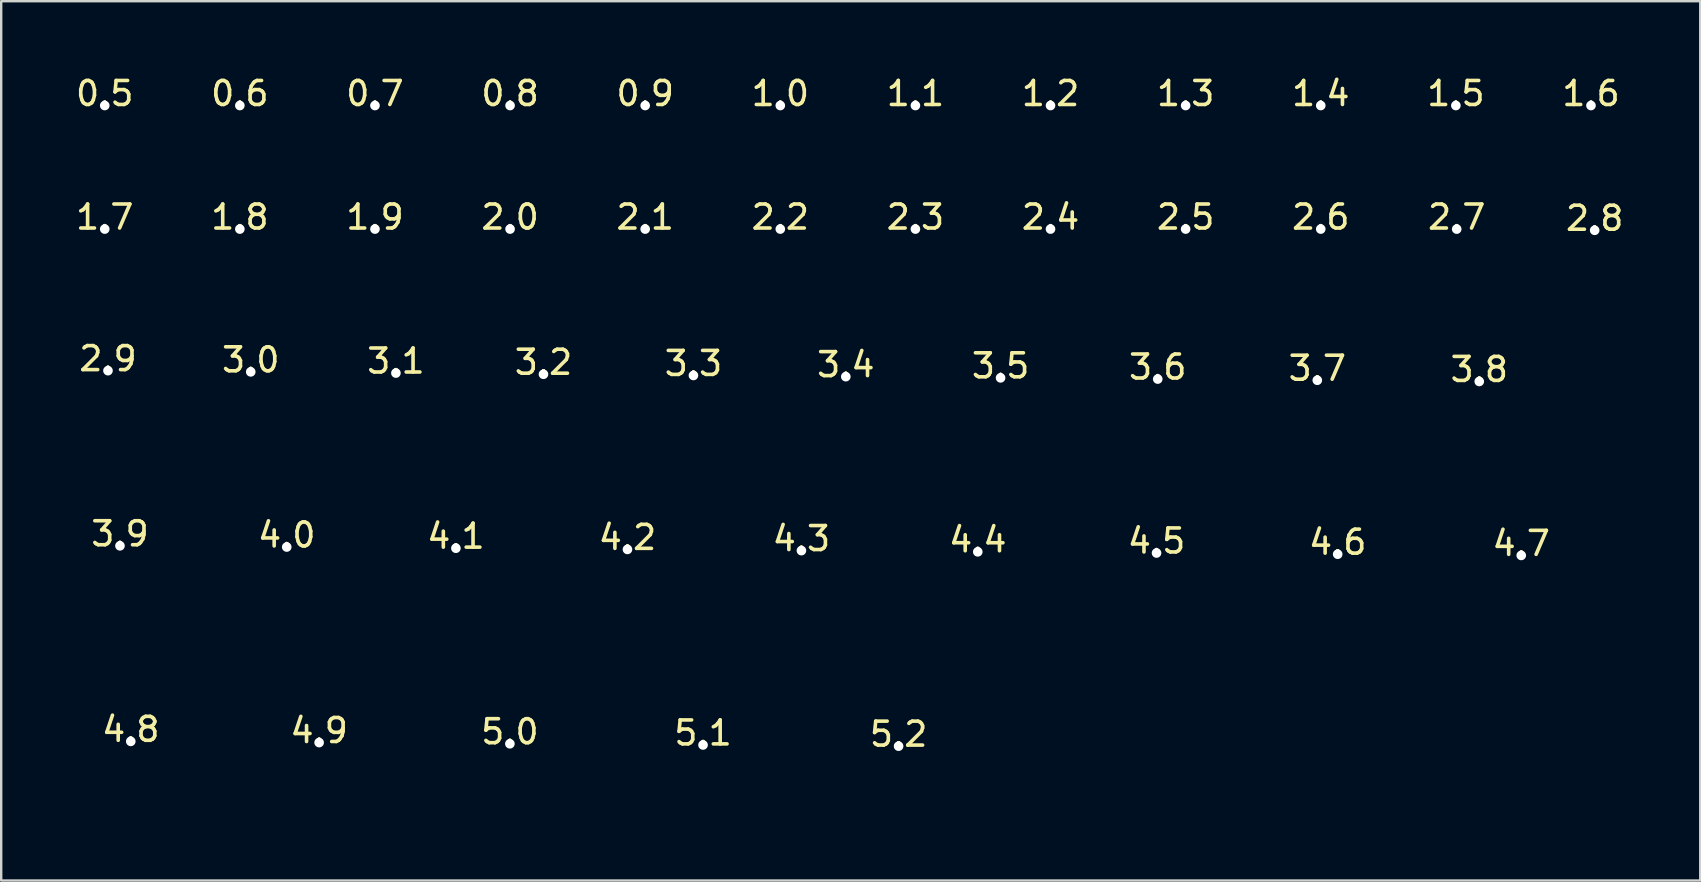
<source format=kicad_pcb>
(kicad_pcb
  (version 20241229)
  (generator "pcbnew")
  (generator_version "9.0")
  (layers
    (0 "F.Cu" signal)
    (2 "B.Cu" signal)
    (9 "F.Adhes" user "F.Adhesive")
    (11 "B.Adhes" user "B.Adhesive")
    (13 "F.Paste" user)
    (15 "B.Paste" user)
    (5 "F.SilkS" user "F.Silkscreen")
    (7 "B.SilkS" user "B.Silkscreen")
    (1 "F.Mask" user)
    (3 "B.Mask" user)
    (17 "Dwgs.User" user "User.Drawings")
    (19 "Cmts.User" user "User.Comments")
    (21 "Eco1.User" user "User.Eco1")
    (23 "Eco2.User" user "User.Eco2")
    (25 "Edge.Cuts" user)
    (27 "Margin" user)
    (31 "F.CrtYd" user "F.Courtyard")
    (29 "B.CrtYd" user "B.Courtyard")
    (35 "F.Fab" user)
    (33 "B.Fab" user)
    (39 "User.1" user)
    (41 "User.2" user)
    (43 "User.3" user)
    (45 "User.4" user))
  (footprint "1.5"
    (layer "F.Cu")
    (at 57.625 1.348)
    (property "Reference" "1.5" (at 0 -0.5 0) (unlocked yes) (layer "F.SilkS") (effects (font (size 1 1) (thickness 0.15))))
    (pad "" np_thru_hole circle (at 0 0) (size 0.4 0.4) (drill 1.5) (layers "*.Cu")))
  (footprint "2.7"
    (layer "F.Cu")
    (at 57.66 6.498)
    (property "Reference" "2.7" (at 0 -0.5 0) (unlocked yes) (layer "F.SilkS") (effects (font (size 1 1) (thickness 0.15))))
    (pad "" np_thru_hole circle (at 0 0) (size 0.4 0.4) (drill 2.7) (layers "*.Cu")))
  (footprint "4.9"
    (layer "F.Cu")
    (at 10.25 27.898)
    (property "Reference" "4.9" (at 0 -0.5 0) (unlocked yes) (layer "F.SilkS") (effects (font (size 1 1) (thickness 0.15))))
    (pad "" np_thru_hole circle (at 0 0) (size 0.4 0.4) (drill 4.9) (layers "*.Cu")))
  (footprint "1.8"
    (layer "F.Cu")
    (at 6.946 6.497)
    (property "Reference" "1.8" (at 0 -0.5 0) (unlocked yes) (layer "F.SilkS") (effects (font (size 1 1) (thickness 0.15))))
    (pad "" np_thru_hole circle (at 0 0) (size 0.4 0.4) (drill 1.8) (layers "*.Cu")))
  (footprint "3.4"
    (layer "F.Cu")
    (at 32.2 12.648)
    (property "Reference" "3.4" (at 0 -0.5 0) (unlocked yes) (layer "F.SilkS") (effects (font (size 1 1) (thickness 0.15))))
    (pad "" np_thru_hole circle (at 0 0) (size 0.4 0.4) (drill 3.4) (layers "*.Cu")))
  (footprint "2.0"
    (layer "F.Cu")
    (at 18.208 6.497)
    (property "Reference" "2.0" (at 0 -0.5 0) (unlocked yes) (layer "F.SilkS") (effects (font (size 1 1) (thickness 0.15))))
    (pad "" np_thru_hole circle (at 0 0) (size 0.4 0.4) (drill 2) (layers "*.Cu")))
  (footprint "2.8"
    (layer "F.Cu")
    (at 63.41 6.548)
    (property "Reference" "2.8" (at 0 -0.5 0) (unlocked yes) (layer "F.SilkS") (effects (font (size 1 1) (thickness 0.15))))
    (pad "" np_thru_hole circle (at 0 0) (size 0.4 0.4) (drill 2.8) (layers "*.Cu")))
  (footprint "4.1"
    (layer "F.Cu")
    (at 15.95 19.798)
    (property "Reference" "4.1" (at 0 -0.5 0) (unlocked yes) (layer "F.SilkS") (effects (font (size 1 1) (thickness 0.15))))
    (pad "" np_thru_hole circle (at 0 0) (size 0.4 0.4) (drill 4.1) (layers "*.Cu")))
  (footprint "5.2"
    (layer "F.Cu")
    (at 34.4 28.048)
    (property "Reference" "5.2" (at 0 -0.5 0) (unlocked yes) (layer "F.SilkS") (effects (font (size 1 1) (thickness 0.15))))
    (pad "" np_thru_hole circle (at 0 0) (size 0.4 0.4) (drill 5.2) (layers "*.Cu")))
  (footprint "0.9"
    (layer "F.Cu")
    (at 23.839 1.348)
    (property "Reference" "0.9" (at 0 -0.5 0) (unlocked yes) (layer "F.SilkS") (effects (font (size 1 1) (thickness 0.15))))
    (pad "" np_thru_hole circle (at 0 0) (size 0.4 0.4) (drill 0.9) (layers "*.Cu")))
  (footprint "5.1"
    (layer "F.Cu")
    (at 26.25 27.998)
    (property "Reference" "5.1" (at 0 -0.5 0) (unlocked yes) (layer "F.SilkS") (effects (font (size 1 1) (thickness 0.15))))
    (pad "" np_thru_hole circle (at 0 0) (size 0.4 0.4) (drill 5.1) (layers "*.Cu")))
  (footprint "4.6"
    (layer "F.Cu")
    (at 52.7 20.048)
    (property "Reference" "4.6" (at 0 -0.5 0) (unlocked yes) (layer "F.SilkS") (effects (font (size 1 1) (thickness 0.15))))
    (pad "" np_thru_hole circle (at 0 0) (size 0.4 0.4) (drill 4.6) (layers "*.Cu")))
  (footprint "1.6"
    (layer "F.Cu")
    (at 63.256 1.348)
    (property "Reference" "1.6" (at 0 -0.5 0) (unlocked yes) (layer "F.SilkS") (effects (font (size 1 1) (thickness 0.15))))
    (pad "" np_thru_hole circle (at 0 0) (size 0.4 0.4) (drill 1.6) (layers "*.Cu")))
  (footprint "3.5"
    (layer "F.Cu")
    (at 38.65 12.698)
    (property "Reference" "3.5" (at 0 -0.5 0) (unlocked yes) (layer "F.SilkS") (effects (font (size 1 1) (thickness 0.15))))
    (pad "" np_thru_hole circle (at 0 0) (size 0.4 0.4) (drill 3.5) (layers "*.Cu")))
  (footprint "1.7"
    (layer "F.Cu")
    (at 1.315 6.497)
    (property "Reference" "1.7" (at 0 -0.5 0) (unlocked yes) (layer "F.SilkS") (effects (font (size 1 1) (thickness 0.15))))
    (pad "" np_thru_hole circle (at 0 0) (size 0.4 0.4) (drill 1.7) (layers "*.Cu")))
  (footprint "1.0"
    (layer "F.Cu")
    (at 29.47 1.348)
    (property "Reference" "1.0" (at 0 -0.5 0) (unlocked yes) (layer "F.SilkS") (effects (font (size 1 1) (thickness 0.15))))
    (pad "" np_thru_hole circle (at 0 0) (size 0.4 0.4) (drill 1) (layers "*.Cu")))
  (footprint "1.4"
    (layer "F.Cu")
    (at 51.994 1.348)
    (property "Reference" "1.4" (at 0 -0.5 0) (unlocked yes) (layer "F.SilkS") (effects (font (size 1 1) (thickness 0.15))))
    (pad "" np_thru_hole circle (at 0 0) (size 0.4 0.4) (drill 1.4) (layers "*.Cu")))
  (footprint "0.7"
    (layer "F.Cu")
    (at 12.577 1.348)
    (property "Reference" "0.7" (at 0 -0.5 0) (unlocked yes) (layer "F.SilkS") (effects (font (size 1 1) (thickness 0.15))))
    (pad "" np_thru_hole circle (at 0 0) (size 0.4 0.4) (drill 0.7) (layers "*.Cu")))
  (footprint "2.5"
    (layer "F.Cu")
    (at 46.363 6.497)
    (property "Reference" "2.5" (at 0 -0.5 0) (unlocked yes) (layer "F.SilkS") (effects (font (size 1 1) (thickness 0.15))))
    (pad "" np_thru_hole circle (at 0 0) (size 0.4 0.4) (drill 2.5) (layers "*.Cu")))
  (footprint "3.2"
    (layer "F.Cu")
    (at 19.6 12.548)
    (property "Reference" "3.2" (at 0 -0.5 0) (unlocked yes) (layer "F.SilkS") (effects (font (size 1 1) (thickness 0.15))))
    (pad "" np_thru_hole circle (at 0 0) (size 0.4 0.4) (drill 3.2) (layers "*.Cu")))
  (footprint "4.7"
    (layer "F.Cu")
    (at 60.35 20.098)
    (property "Reference" "4.7" (at 0 -0.5 0) (unlocked yes) (layer "F.SilkS") (effects (font (size 1 1) (thickness 0.15))))
    (pad "" np_thru_hole circle (at 0 0) (size 0.4 0.4) (drill 4.7) (layers "*.Cu")))
  (footprint "3.0"
    (layer "F.Cu")
    (at 7.4 12.448)
    (property "Reference" "3.0" (at 0 -0.5 0) (unlocked yes) (layer "F.SilkS") (effects (font (size 1 1) (thickness 0.15))))
    (pad "" np_thru_hole circle (at 0 0) (size 0.4 0.4) (drill 3) (layers "*.Cu")))
  (footprint "4.3"
    (layer "F.Cu")
    (at 30.35 19.898)
    (property "Reference" "4.3" (at 0 -0.5 0) (unlocked yes) (layer "F.SilkS") (effects (font (size 1 1) (thickness 0.15))))
    (pad "" np_thru_hole circle (at 0 0) (size 0.4 0.4) (drill 4.3) (layers "*.Cu")))
  (footprint "2.6"
    (layer "F.Cu")
    (at 51.994 6.497)
    (property "Reference" "2.6" (at 0 -0.5 0) (unlocked yes) (layer "F.SilkS") (effects (font (size 1 1) (thickness 0.15))))
    (pad "" np_thru_hole circle (at 0 0) (size 0.4 0.4) (drill 2.6) (layers "*.Cu")))
  (footprint "3.6"
    (layer "F.Cu")
    (at 45.2 12.748)
    (property "Reference" "3.6" (at 0 -0.5 0) (unlocked yes) (layer "F.SilkS") (effects (font (size 1 1) (thickness 0.15))))
    (pad "" np_thru_hole circle (at 0 0) (size 0.4 0.4) (drill 3.6) (layers "*.Cu")))
  (footprint "1.2"
    (layer "F.Cu")
    (at 40.732 1.348)
    (property "Reference" "1.2" (at 0 -0.5 0) (unlocked yes) (layer "F.SilkS") (effects (font (size 1 1) (thickness 0.15))))
    (pad "" np_thru_hole circle (at 0 0) (size 0.4 0.4) (drill 1.2) (layers "*.Cu")))
  (footprint "4.5"
    (layer "F.Cu")
    (at 45.15 19.998)
    (property "Reference" "4.5" (at 0 -0.5 0) (unlocked yes) (layer "F.SilkS") (effects (font (size 1 1) (thickness 0.15))))
    (pad "" np_thru_hole circle (at 0 0) (size 0.4 0.4) (drill 4.5) (layers "*.Cu")))
  (footprint "0.5"
    (layer "F.Cu")
    (at 1.315 1.348)
    (property "Reference" "0.5" (at 0 -0.5 0) (unlocked yes) (layer "F.SilkS") (effects (font (size 1 1) (thickness 0.15))))
    (pad "" np_thru_hole circle (at 0 0) (size 0.4 0.4) (drill 0.5) (layers "*.Cu")))
  (footprint "0.8"
    (layer "F.Cu")
    (at 18.208 1.348)
    (property "Reference" "0.8" (at 0 -0.5 0) (unlocked yes) (layer "F.SilkS") (effects (font (size 1 1) (thickness 0.15))))
    (pad "" np_thru_hole circle (at 0 0) (size 0.4 0.4) (drill 0.8) (layers "*.Cu")))
  (footprint "4.2"
    (layer "F.Cu")
    (at 23.1 19.848)
    (property "Reference" "4.2" (at 0 -0.5 0) (unlocked yes) (layer "F.SilkS") (effects (font (size 1 1) (thickness 0.15))))
    (pad "" np_thru_hole circle (at 0 0) (size 0.4 0.4) (drill 4.2) (layers "*.Cu")))
  (footprint "2.4"
    (layer "F.Cu")
    (at 40.732 6.497)
    (property "Reference" "2.4" (at 0 -0.5 0) (unlocked yes) (layer "F.SilkS") (effects (font (size 1 1) (thickness 0.15))))
    (pad "" np_thru_hole circle (at 0 0) (size 0.4 0.4) (drill 2.4) (layers "*.Cu")))
  (footprint "1.9"
    (layer "F.Cu")
    (at 12.577 6.497)
    (property "Reference" "1.9" (at 0 -0.5 0) (unlocked yes) (layer "F.SilkS") (effects (font (size 1 1) (thickness 0.15))))
    (pad "" np_thru_hole circle (at 0 0) (size 0.4 0.4) (drill 1.9) (layers "*.Cu")))
  (footprint "4.4"
    (layer "F.Cu")
    (at 37.7 19.948)
    (property "Reference" "4.4" (at 0 -0.5 0) (unlocked yes) (layer "F.SilkS") (effects (font (size 1 1) (thickness 0.15))))
    (pad "" np_thru_hole circle (at 0 0) (size 0.4 0.4) (drill 4.4) (layers "*.Cu")))
  (footprint "3.7"
    (layer "F.Cu")
    (at 51.85 12.798)
    (property "Reference" "3.7" (at 0 -0.5 0) (unlocked yes) (layer "F.SilkS") (effects (font (size 1 1) (thickness 0.15))))
    (pad "" np_thru_hole circle (at 0 0) (size 0.4 0.4) (drill 3.7) (layers "*.Cu")))
  (footprint "5.0"
    (layer "F.Cu")
    (at 18.2 27.948)
    (property "Reference" "5.0" (at 0 -0.5 0) (unlocked yes) (layer "F.SilkS") (effects (font (size 1 1) (thickness 0.15))))
    (pad "" np_thru_hole circle (at 0 0) (size 0.4 0.4) (drill 5) (layers "*.Cu")))
  (footprint "3.1"
    (layer "F.Cu")
    (at 13.45 12.498)
    (property "Reference" "3.1" (at 0 -0.5 0) (unlocked yes) (layer "F.SilkS") (effects (font (size 1 1) (thickness 0.15))))
    (pad "" np_thru_hole circle (at 0 0) (size 0.4 0.4) (drill 3.1) (layers "*.Cu")))
  (footprint "1.1"
    (layer "F.Cu")
    (at 35.101 1.348)
    (property "Reference" "1.1" (at 0 -0.5 0) (unlocked yes) (layer "F.SilkS") (effects (font (size 1 1) (thickness 0.15))))
    (pad "" np_thru_hole circle (at 0 0) (size 0.4 0.4) (drill 1.1) (layers "*.Cu")))
  (footprint "1.3"
    (layer "F.Cu")
    (at 46.363 1.348)
    (property "Reference" "1.3" (at 0 -0.5 0) (unlocked yes) (layer "F.SilkS") (effects (font (size 1 1) (thickness 0.15))))
    (pad "" np_thru_hole circle (at 0 0) (size 0.4 0.4) (drill 1.3) (layers "*.Cu")))
  (footprint "4.8"
    (layer "F.Cu")
    (at 2.4 27.848)
    (property "Reference" "4.8" (at 0 -0.5 0) (unlocked yes) (layer "F.SilkS") (effects (font (size 1 1) (thickness 0.15))))
    (pad "" np_thru_hole circle (at 0 0) (size 0.4 0.4) (drill 4.8) (layers "*.Cu")))
  (footprint "3.9"
    (layer "F.Cu")
    (at 1.95 19.698)
    (property "Reference" "3.9" (at 0 -0.5 0) (unlocked yes) (layer "F.SilkS") (effects (font (size 1 1) (thickness 0.15))))
    (pad "" np_thru_hole circle (at 0 0) (size 0.4 0.4) (drill 3.9) (layers "*.Cu")))
  (footprint "2.1"
    (layer "F.Cu")
    (at 23.839 6.497)
    (property "Reference" "2.1" (at 0 -0.5 0) (unlocked yes) (layer "F.SilkS") (effects (font (size 1 1) (thickness 0.15))))
    (pad "" np_thru_hole circle (at 0 0) (size 0.4 0.4) (drill 2.1) (layers "*.Cu")))
  (footprint "2.2"
    (layer "F.Cu")
    (at 29.47 6.497)
    (property "Reference" "2.2" (at 0 -0.5 0) (unlocked yes) (layer "F.SilkS") (effects (font (size 1 1) (thickness 0.15))))
    (pad "" np_thru_hole circle (at 0 0) (size 0.4 0.4) (drill 2.2) (layers "*.Cu")))
  (footprint "3.8"
    (layer "F.Cu")
    (at 58.6 12.848)
    (property "Reference" "3.8" (at 0 -0.5 0) (unlocked yes) (layer "F.SilkS") (effects (font (size 1 1) (thickness 0.15))))
    (pad "" np_thru_hole circle (at 0 0) (size 0.4 0.4) (drill 3.8) (layers "*.Cu")))
  (footprint "0.6"
    (layer "F.Cu")
    (at 6.946 1.348)
    (property "Reference" "0.6" (at 0 -0.5 0) (unlocked yes) (layer "F.SilkS") (effects (font (size 1 1) (thickness 0.15))))
    (pad "" np_thru_hole circle (at 0 0) (size 0.4 0.4) (drill 0.6) (layers "*.Cu")))
  (footprint "4.0"
    (layer "F.Cu")
    (at 8.9 19.748)
    (property "Reference" "4.0" (at 0 -0.5 0) (unlocked yes) (layer "F.SilkS") (effects (font (size 1 1) (thickness 0.15))))
    (pad "" np_thru_hole circle (at 0 0) (size 0.4 0.4) (drill 4) (layers "*.Cu")))
  (footprint "2.3"
    (layer "F.Cu")
    (at 35.101 6.497)
    (property "Reference" "2.3" (at 0 -0.5 0) (unlocked yes) (layer "F.SilkS") (effects (font (size 1 1) (thickness 0.15))))
    (pad "" np_thru_hole circle (at 0 0) (size 0.4 0.4) (drill 2.3) (layers "*.Cu")))
  (footprint "2.9"
    (layer "F.Cu")
    (at 1.45 12.398)
    (property "Reference" "2.9" (at 0 -0.5 0) (unlocked yes) (layer "F.SilkS") (effects (font (size 1 1) (thickness 0.15))))
    (pad "" np_thru_hole circle (at 0 0) (size 0.4 0.4) (drill 2.9) (layers "*.Cu")))
  (footprint "3.3"
    (layer "F.Cu")
    (at 25.85 12.598)
    (property "Reference" "3.3" (at 0 -0.5 0) (unlocked yes) (layer "F.SilkS") (effects (font (size 1 1) (thickness 0.15))))
    (pad "" np_thru_hole circle (at 0 0) (size 0.4 0.4) (drill 3.3) (layers "*.Cu")))
  (gr_rect
    (start -3 -3)
    (end 67.81 33.648)
    (stroke (width 0.1) (type default))
    (fill no)
    (layer "Edge.Cuts")))
</source>
